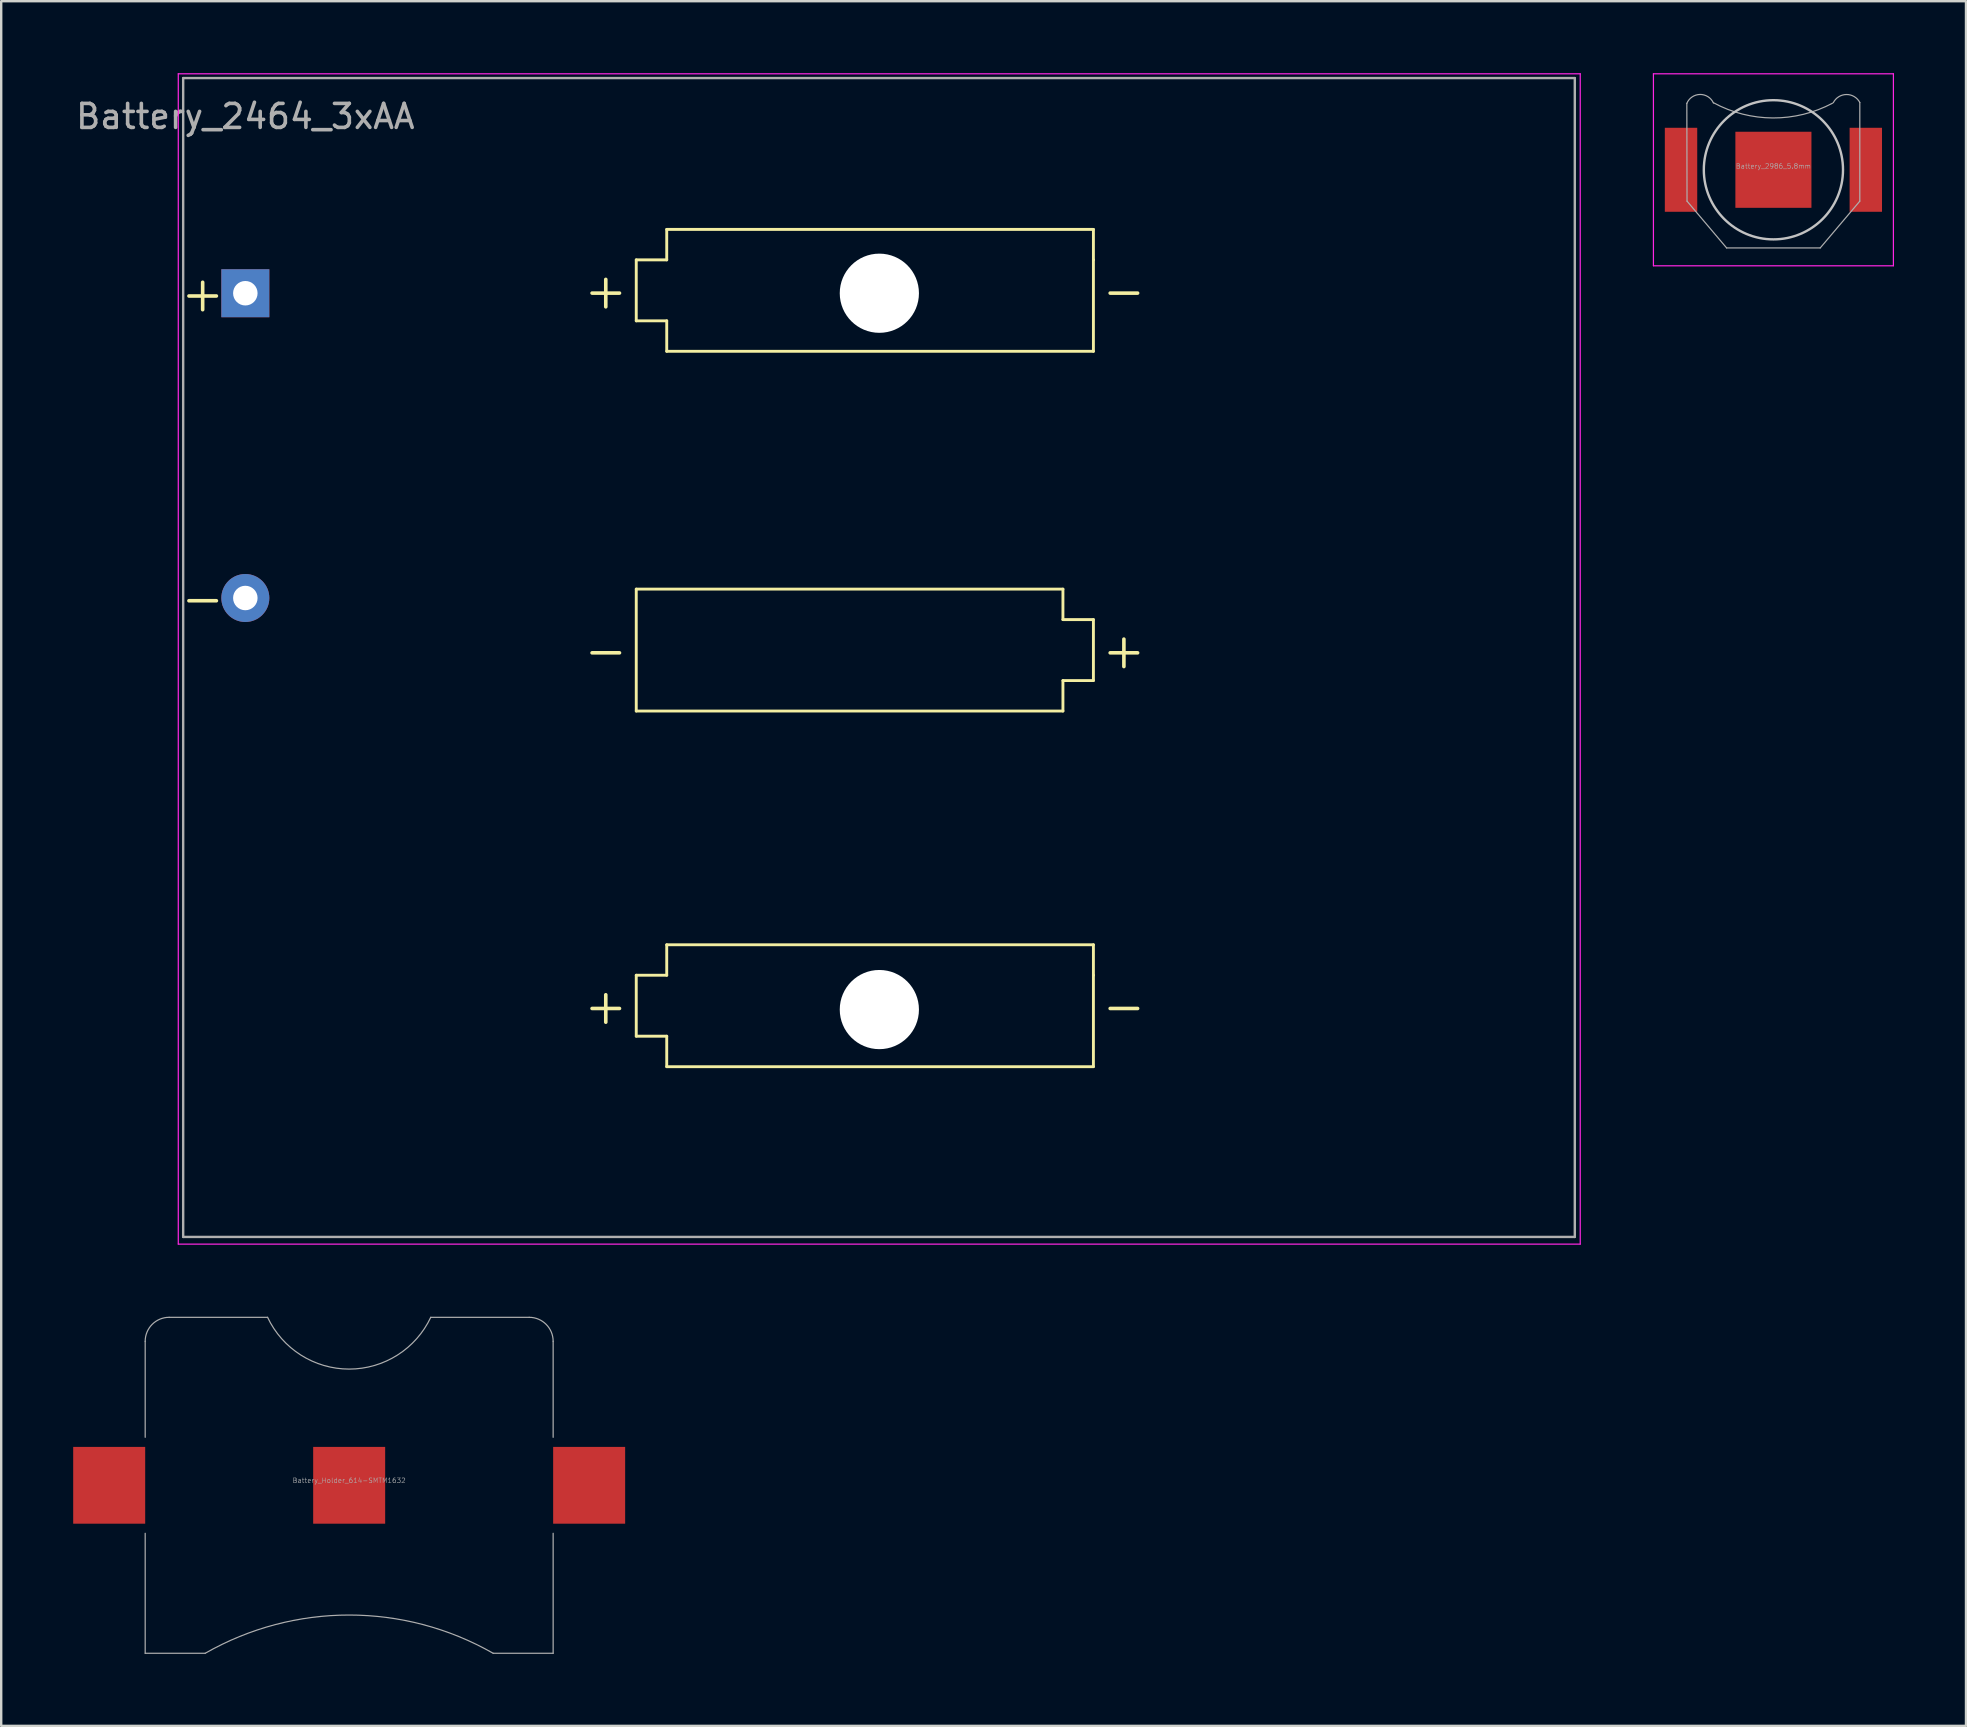
<source format=kicad_pcb>
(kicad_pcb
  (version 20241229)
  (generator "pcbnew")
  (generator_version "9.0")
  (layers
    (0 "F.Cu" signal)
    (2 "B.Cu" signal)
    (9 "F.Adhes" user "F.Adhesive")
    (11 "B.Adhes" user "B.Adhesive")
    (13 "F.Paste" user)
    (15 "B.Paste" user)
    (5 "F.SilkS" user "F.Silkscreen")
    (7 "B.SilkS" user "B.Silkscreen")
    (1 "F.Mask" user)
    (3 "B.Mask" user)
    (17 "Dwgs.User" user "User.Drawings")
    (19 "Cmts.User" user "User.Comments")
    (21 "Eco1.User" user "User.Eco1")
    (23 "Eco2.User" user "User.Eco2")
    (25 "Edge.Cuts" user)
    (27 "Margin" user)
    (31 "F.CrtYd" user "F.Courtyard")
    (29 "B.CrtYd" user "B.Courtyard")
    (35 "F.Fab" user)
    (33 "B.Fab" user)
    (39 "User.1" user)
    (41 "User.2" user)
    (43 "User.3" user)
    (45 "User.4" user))
  (footprint "Battery_Holder_614-SMTM1632"
    (layer "F.Cu")
    (at 11.5 58.843)
    (property "Reference" "Battery_Holder_614-SMTM1632" (at 0 -0.2 0) (unlocked yes) (layer "F.Fab") (effects (font (size 0.2 0.2) (thickness 0.02))))
    (attr through_hole)
    (fp_line (start -8.5 -2) (end -8.5 -6) (stroke (width 0.05) (type solid)) (layer "F.Fab"))
    (fp_line (start -8.5 7) (end -8.5 2) (stroke (width 0.05) (type solid)) (layer "F.Fab"))
    (fp_line (start -8.5 7) (end -6 7) (stroke (width 0.05) (type solid)) (layer "F.Fab"))
    (fp_line (start -7.5 -7) (end -3.4 -7) (stroke (width 0.05) (type solid)) (layer "F.Fab"))
    (fp_line (start 6 7) (end 8.5 7) (stroke (width 0.05) (type solid)) (layer "F.Fab"))
    (fp_line (start 7.5 -7) (end 3.4 -7) (stroke (width 0.05) (type solid)) (layer "F.Fab"))
    (fp_line (start 8.5 -6) (end 8.5 -2) (stroke (width 0.05) (type solid)) (layer "F.Fab"))
    (fp_line (start 8.5 2) (end 8.5 7) (stroke (width 0.05) (type solid)) (layer "F.Fab"))
    (fp_arc (start -8.5 -6) (mid -8.207107 -6.707107) (end -7.5 -7) (stroke (width 0.05) (type solid)) (layer "F.Fab"))
    (fp_arc (start -6 7) (mid 0.00108 5.406613) (end 6.001876 7.001072) (stroke (width 0.05) (type solid)) (layer "F.Fab"))
    (fp_arc (start 3.4 -7) (mid -0.000074 -4.842341) (end -3.400063 -7.000133) (stroke (width 0.05) (type solid)) (layer "F.Fab"))
    (fp_arc (start 7.5 -7) (mid 8.207107 -6.707107) (end 8.5 -6) (stroke (width 0.05) (type solid)) (layer "F.Fab"))
    (pad "1" smd rect (at -10 0) (size 3 3.2) (layers "F.Cu" "F.Mask" "F.Paste"))
    (pad "1" smd rect (at 10 0) (size 3 3.2) (layers "F.Cu" "F.Mask" "F.Paste"))
    (pad "2" smd rect (at 0 0) (size 3 3.2) (layers "F.Cu" "F.Mask" "F.Paste")))
  (footprint "Battery_2986_5.8mm"
    (layer "F.Cu")
    (at 70.849 4.025)
    (property "Reference" "Battery_2986_5.8mm" (at 0 -0.15 0) (unlocked yes) (layer "F.Fab") (effects (font (size 0.2 0.2) (thickness 0.02))))
    (attr smd)
    (fp_circle (center 0 0) (end 2.9 0) (stroke (width 0.1) (type solid)) (fill no) (layer "Dwgs.User"))
    (fp_line (start -5 -4) (end -5 4) (stroke (width 0.05) (type solid)) (layer "F.CrtYd"))
    (fp_line (start -5 4) (end 5 4) (stroke (width 0.05) (type solid)) (layer "F.CrtYd"))
    (fp_line (start 5 -4) (end -5 -4) (stroke (width 0.05) (type solid)) (layer "F.CrtYd"))
    (fp_line (start 5 4) (end 5 -4) (stroke (width 0.05) (type solid)) (layer "F.CrtYd"))
    (fp_line (start -3.608 -2.767) (end -3.6 1.307) (stroke (width 0.05) (type solid)) (layer "F.Fab"))
    (fp_line (start -3.6 1.307) (end -1.95 3.257) (stroke (width 0.05) (type solid)) (layer "F.Fab"))
    (fp_line (start -1.95 3.257) (end 1.95 3.257) (stroke (width 0.05) (type solid)) (layer "F.Fab"))
    (fp_line (start 1.95 3.257) (end 3.6 1.307) (stroke (width 0.05) (type solid)) (layer "F.Fab"))
    (fp_line (start 3.6 1.307) (end 3.6 -2.805) (stroke (width 0.05) (type solid)) (layer "F.Fab"))
    (fp_arc (start -3.607938 -2.766745) (mid -3.059953 -3.139071) (end -2.5 -2.785) (stroke (width 0.05) (type solid)) (layer "F.Fab"))
    (fp_arc (start 2.464098 -2.775669) (mid -0.020388 -2.159584) (end -2.5 -2.795) (stroke (width 0.05) (type solid)) (layer "F.Fab"))
    (fp_arc (start 2.49599 -2.797264) (mid 3.045643 -3.136756) (end 3.6 -2.805) (stroke (width 0.05) (type solid)) (layer "F.Fab"))
    (pad "1" smd rect (at -3.85 0) (size 1.35 3.5) (layers "F.Cu" "F.Mask" "F.Paste"))
    (pad "1" smd rect (at 3.85 0) (size 1.35 3.5) (layers "F.Cu" "F.Mask" "F.Paste"))
    (pad "2" smd rect (at 0 0) (size 3.17 3.17) (layers "F.Cu" "F.Mask" "F.Paste")))
  (footprint "Battery_2464_3xAA"
    (layer "F.Cu")
    (at 7.173 9.169)
    (property "Reference" "Battery_2464_3xAA" (at 0 -7.366 180) (layer "F.Fab") (effects (font (size 1 1) (thickness 0.15))))
    (attr through_hole)
    (fp_line (start 16.29 -1.39) (end 17.56 -1.39) (stroke (width 0.12) (type solid)) (layer "F.SilkS"))
    (fp_line (start 16.29 1.15) (end 16.29 -1.39) (stroke (width 0.12) (type solid)) (layer "F.SilkS"))
    (fp_line (start 16.29 12.33) (end 34.07 12.33) (stroke (width 0.12) (type solid)) (layer "F.SilkS"))
    (fp_line (start 16.29 17.41) (end 16.29 12.33) (stroke (width 0.12) (type solid)) (layer "F.SilkS"))
    (fp_line (start 16.29 28.42) (end 17.56 28.42) (stroke (width 0.12) (type solid)) (layer "F.SilkS"))
    (fp_line (start 16.29 30.96) (end 16.29 28.42) (stroke (width 0.12) (type solid)) (layer "F.SilkS"))
    (fp_line (start 17.56 -2.66) (end 35.34 -2.66) (stroke (width 0.12) (type solid)) (layer "F.SilkS"))
    (fp_line (start 17.56 -1.39) (end 17.56 -2.66) (stroke (width 0.12) (type solid)) (layer "F.SilkS"))
    (fp_line (start 17.56 1.15) (end 16.29 1.15) (stroke (width 0.12) (type solid)) (layer "F.SilkS"))
    (fp_line (start 17.56 2.42) (end 17.56 1.15) (stroke (width 0.12) (type solid)) (layer "F.SilkS"))
    (fp_line (start 17.56 27.15) (end 35.34 27.15) (stroke (width 0.12) (type solid)) (layer "F.SilkS"))
    (fp_line (start 17.56 28.42) (end 17.56 27.15) (stroke (width 0.12) (type solid)) (layer "F.SilkS"))
    (fp_line (start 17.56 30.96) (end 16.29 30.96) (stroke (width 0.12) (type solid)) (layer "F.SilkS"))
    (fp_line (start 17.56 32.23) (end 17.56 30.96) (stroke (width 0.12) (type solid)) (layer "F.SilkS"))
    (fp_line (start 34.07 12.33) (end 34.07 13.6) (stroke (width 0.12) (type solid)) (layer "F.SilkS"))
    (fp_line (start 34.07 13.6) (end 35.34 13.6) (stroke (width 0.12) (type solid)) (layer "F.SilkS"))
    (fp_line (start 34.07 16.14) (end 34.07 17.41) (stroke (width 0.12) (type solid)) (layer "F.SilkS"))
    (fp_line (start 34.07 17.41) (end 16.29 17.41) (stroke (width 0.12) (type solid)) (layer "F.SilkS"))
    (fp_line (start 35.34 -2.66) (end 35.34 -1.39) (stroke (width 0.12) (type solid)) (layer "F.SilkS"))
    (fp_line (start 35.34 -1.39) (end 35.34 2.42) (stroke (width 0.12) (type solid)) (layer "F.SilkS"))
    (fp_line (start 35.34 2.42) (end 17.56 2.42) (stroke (width 0.12) (type solid)) (layer "F.SilkS"))
    (fp_line (start 35.34 13.6) (end 35.34 16.14) (stroke (width 0.12) (type solid)) (layer "F.SilkS"))
    (fp_line (start 35.34 16.14) (end 34.07 16.14) (stroke (width 0.12) (type solid)) (layer "F.SilkS"))
    (fp_line (start 35.34 27.15) (end 35.34 28.42) (stroke (width 0.12) (type solid)) (layer "F.SilkS"))
    (fp_line (start 35.34 28.42) (end 35.34 32.23) (stroke (width 0.12) (type solid)) (layer "F.SilkS"))
    (fp_line (start 35.34 32.23) (end 17.56 32.23) (stroke (width 0.12) (type solid)) (layer "F.SilkS"))
    (fp_line (start -2.794 -9.144) (end -2.794 39.624) (stroke (width 0.05) (type solid)) (layer "F.CrtYd"))
    (fp_line (start -2.794 39.624) (end 55.626 39.624) (stroke (width 0.05) (type solid)) (layer "F.CrtYd"))
    (fp_line (start 55.626 -9.144) (end -2.794 -9.144) (stroke (width 0.05) (type solid)) (layer "F.CrtYd"))
    (fp_line (start 55.626 39.624) (end 55.626 -9.144) (stroke (width 0.05) (type solid)) (layer "F.CrtYd"))
    (fp_line (start -2.59 -8.965) (end 55.4 -8.965) (stroke (width 0.1) (type solid)) (layer "F.Fab"))
    (fp_line (start -2.59 39.325) (end -2.59 -8.965) (stroke (width 0.1) (type solid)) (layer "F.Fab"))
    (fp_line (start -2.59 39.325) (end 55.4 39.325) (stroke (width 0.1) (type solid)) (layer "F.Fab"))
    (fp_line (start 55.4 39.325) (end 55.4 -8.965) (stroke (width 0.1) (type solid)) (layer "F.Fab"))
    (fp_text user "-" (at 36.61 -0.12 0) (layer "F.SilkS") (effects (font (size 1.5 1.5) (thickness 0.15))))
    (fp_text user "+" (at 15.02 29.69 0) (layer "F.SilkS") (effects (font (size 1.5 1.5) (thickness 0.15))))
    (fp_text user "+" (at -1.778 0 0) (layer "F.SilkS") (effects (font (size 1.5 1.5) (thickness 0.15))))
    (fp_text user "+" (at 36.61 14.87 0) (layer "F.SilkS") (effects (font (size 1.5 1.5) (thickness 0.15))))
    (fp_text user "-" (at -1.778 12.7 0) (layer "F.SilkS") (effects (font (size 1.5 1.5) (thickness 0.15))))
    (fp_text user "-" (at 36.61 29.69 0) (layer "F.SilkS") (effects (font (size 1.5 1.5) (thickness 0.15))))
    (fp_text user "-" (at 15.02 14.87 0) (layer "F.SilkS") (effects (font (size 1.5 1.5) (thickness 0.15))))
    (fp_text user "+" (at 15.02 -0.12 0) (layer "F.SilkS") (effects (font (size 1.5 1.5) (thickness 0.15))))
    (pad "" np_thru_hole circle (at 26.42 0) (size 3.3 3.3) (drill 3.3) (layers "*.Cu" "*.Mask"))
    (pad "" np_thru_hole circle (at 26.42 29.85) (size 3.3 3.3) (drill 3.3) (layers "*.Cu" "*.Mask"))
    (pad "1" thru_hole rect (at 0 0) (size 2 2) (drill 1.02) (layers "*.Cu" "*.Mask"))
    (pad "2" thru_hole circle (at 0 12.7) (size 2 2) (drill 1.02) (layers "*.Cu" "*.Mask")))
  (gr_rect
    (start -3 -3)
    (end 78.874 68.869)
    (stroke (width 0.1) (type default))
    (fill no)
    (layer "Edge.Cuts")))
</source>
